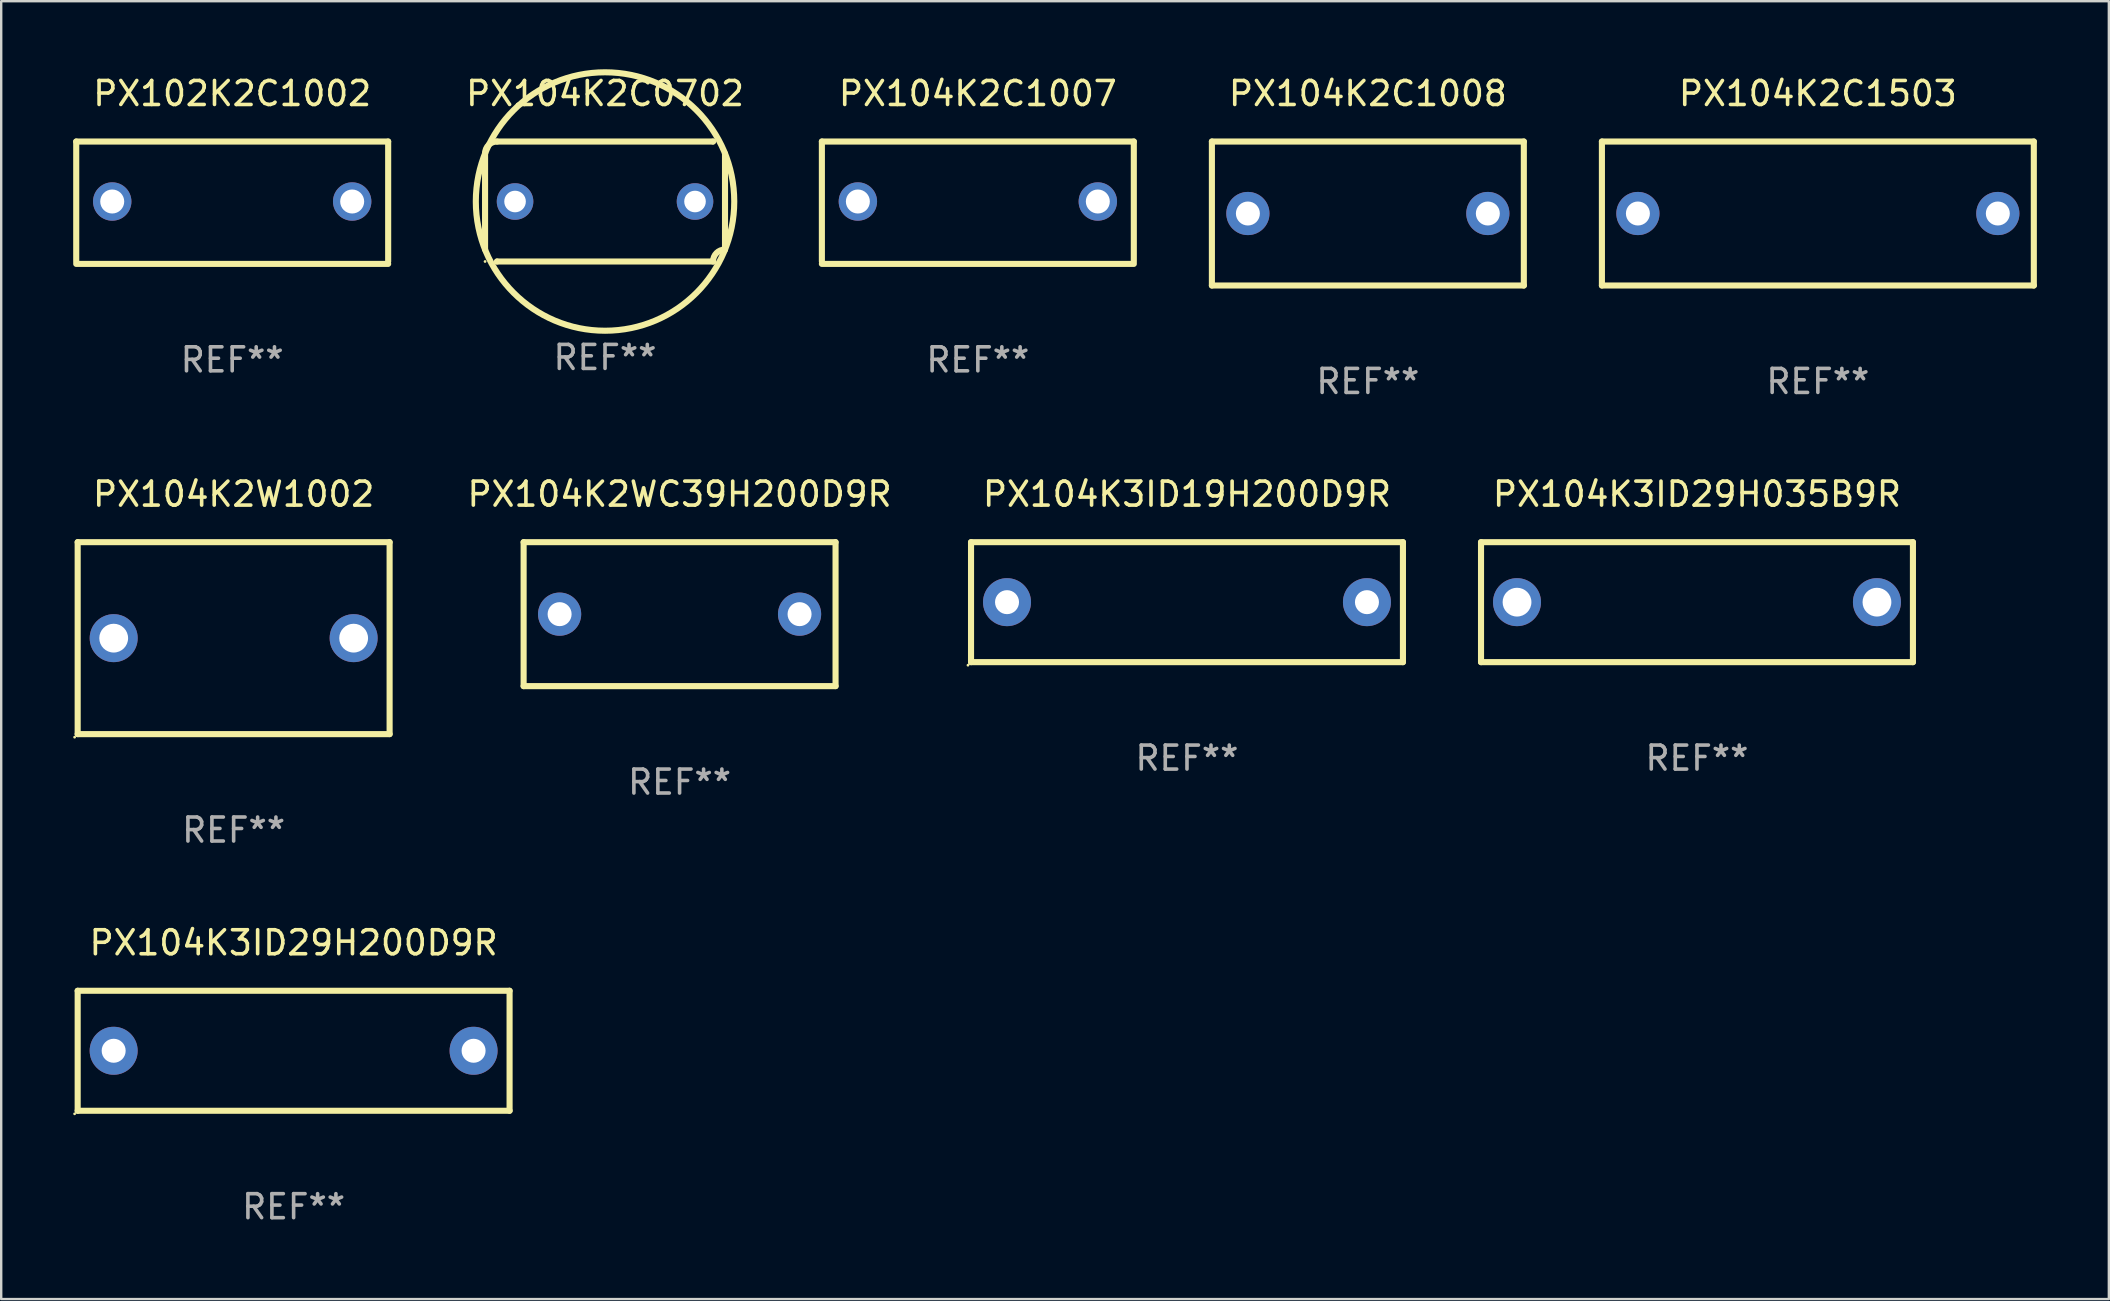
<source format=kicad_pcb>
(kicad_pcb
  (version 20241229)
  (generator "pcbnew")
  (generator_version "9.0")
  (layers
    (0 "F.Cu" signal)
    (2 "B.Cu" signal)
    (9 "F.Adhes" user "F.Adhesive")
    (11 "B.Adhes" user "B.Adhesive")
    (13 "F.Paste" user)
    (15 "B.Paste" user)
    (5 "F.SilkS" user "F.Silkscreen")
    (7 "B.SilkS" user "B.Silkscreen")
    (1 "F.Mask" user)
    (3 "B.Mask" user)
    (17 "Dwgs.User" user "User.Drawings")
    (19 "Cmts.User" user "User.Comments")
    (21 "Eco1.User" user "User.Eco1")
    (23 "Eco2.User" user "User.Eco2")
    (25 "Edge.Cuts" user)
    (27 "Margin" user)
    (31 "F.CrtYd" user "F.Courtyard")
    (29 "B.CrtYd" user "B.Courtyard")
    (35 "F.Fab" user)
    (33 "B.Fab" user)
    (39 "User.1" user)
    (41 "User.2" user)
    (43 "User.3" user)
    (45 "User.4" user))
  (footprint "PX104K3ID19H200D9R"
    (layer "F.Cu")
    (at 46.418 22.045)
    (property "Reference" "PX104K3ID19H200D9R" (at 0 -4.5 0) (layer "F.SilkS") (effects (font (size 1 1) (thickness 0.15))))
    (attr through_hole)
    (fp_line (start -9 -2.5) (end 9 -2.5) (stroke (width 0.254) (type solid)) (layer "F.SilkS"))
    (fp_line (start -9 2.5) (end -9 -2.5) (stroke (width 0.254) (type solid)) (layer "F.SilkS"))
    (fp_line (start 9 -2.5) (end 9 2.5) (stroke (width 0.254) (type solid)) (layer "F.SilkS"))
    (fp_line (start 9 2.5) (end -9 2.5) (stroke (width 0.254) (type solid)) (layer "F.SilkS"))
    (fp_circle (center -9.127 2.627) (end -9.097 2.627) (stroke (width 0.06) (type solid)) (fill no) (layer "F.SilkS"))
    (fp_text user "REF**" (at 0 6.5 0) (layer "F.Fab") (effects (font (size 1 1) (thickness 0.15))))
    (pad "1" thru_hole circle (at -7.5 0) (size 2 2) (drill 1) (layers "*.Cu" "*.Mask"))
    (pad "2" thru_hole circle (at 7.5 0) (size 2 2) (drill 1) (layers "*.Cu" "*.Mask")))
  (footprint "PX104K3ID29H035B9R"
    (layer "F.Cu")
    (at 67.672 22.045)
    (property "Reference" "PX104K3ID29H035B9R" (at 0 -4.5 0) (layer "F.SilkS") (effects (font (size 1 1) (thickness 0.15))))
    (attr through_hole)
    (fp_line (start -9 -2.5) (end 9 -2.5) (stroke (width 0.254) (type solid)) (layer "F.SilkS"))
    (fp_line (start -9 2.5) (end -9 -2.5) (stroke (width 0.254) (type solid)) (layer "F.SilkS"))
    (fp_line (start 9 -2.5) (end 9 2.5) (stroke (width 0.254) (type solid)) (layer "F.SilkS"))
    (fp_line (start 9 2.5) (end -9 2.5) (stroke (width 0.254) (type solid)) (layer "F.SilkS"))
    (fp_circle (center -9 2.5) (end -8.97 2.5) (stroke (width 0.06) (type solid)) (fill no) (layer "F.SilkS"))
    (fp_text user "REF**" (at 0 6.5 0) (layer "F.Fab") (effects (font (size 1 1) (thickness 0.15))))
    (pad "1" thru_hole circle (at -7.5 -0.000127) (size 2 2) (drill 1.2) (layers "*.Cu" "*.Mask"))
    (pad "2" thru_hole circle (at 7.5 -0.000127) (size 2 2) (drill 1.2) (layers "*.Cu" "*.Mask")))
  (footprint "PX104K3ID29H200D9R"
    (layer "F.Cu")
    (at 9.187 40.741)
    (property "Reference" "PX104K3ID29H200D9R" (at 0 -4.5 0) (layer "F.SilkS") (effects (font (size 1 1) (thickness 0.15))))
    (attr through_hole)
    (fp_line (start -9 -2.5) (end 9 -2.5) (stroke (width 0.254) (type solid)) (layer "F.SilkS"))
    (fp_line (start -9 2.5) (end -9 -2.5) (stroke (width 0.254) (type solid)) (layer "F.SilkS"))
    (fp_line (start 9 -2.5) (end 9 2.5) (stroke (width 0.254) (type solid)) (layer "F.SilkS"))
    (fp_line (start 9 2.5) (end -9 2.5) (stroke (width 0.254) (type solid)) (layer "F.SilkS"))
    (fp_circle (center -9.127 2.627) (end -9.097 2.627) (stroke (width 0.06) (type solid)) (fill no) (layer "F.SilkS"))
    (fp_text user "REF**" (at 0 6.5 0) (layer "F.Fab") (effects (font (size 1 1) (thickness 0.15))))
    (pad "1" thru_hole circle (at -7.5 0) (size 2 2) (drill 1) (layers "*.Cu" "*.Mask"))
    (pad "2" thru_hole circle (at 7.5 0) (size 2 2) (drill 1) (layers "*.Cu" "*.Mask")))
  (footprint "PX102K2C1002"
    (layer "F.Cu")
    (at 6.627 5.398)
    (property "Reference" "PX102K2C1002" (at 0 -4.55 0) (layer "F.SilkS") (effects (font (size 1 1) (thickness 0.15))))
    (attr through_hole)
    (fp_line (start -6.5 -2.55) (end 6.5 -2.55) (stroke (width 0.254) (type solid)) (layer "F.SilkS"))
    (fp_line (start -6.5 2.45) (end -6.5 -2.55) (stroke (width 0.254) (type solid)) (layer "F.SilkS"))
    (fp_line (start 6.5 -2.55) (end 6.5 2.45) (stroke (width 0.254) (type solid)) (layer "F.SilkS"))
    (fp_line (start 6.5 2.55) (end -6.5 2.55) (stroke (width 0.254) (type solid)) (layer "F.SilkS"))
    (fp_circle (center -6.5 2.45) (end -6.47 2.45) (stroke (width 0.06) (type solid)) (fill no) (layer "F.SilkS"))
    (fp_text user "REF**" (at 0 6.55 0) (layer "F.Fab") (effects (font (size 1 1) (thickness 0.15))))
    (pad "1" thru_hole circle (at -5 -0.05) (size 1.6 1.6) (drill 1) (layers "*.Cu" "*.Mask"))
    (pad "2" thru_hole circle (at 5 -0.05) (size 1.6 1.6) (drill 1) (layers "*.Cu" "*.Mask")))
  (footprint "PX104K2C1007"
    (layer "F.Cu")
    (at 37.702 5.398)
    (property "Reference" "PX104K2C1007" (at 0 -4.55 0) (layer "F.SilkS") (effects (font (size 1 1) (thickness 0.15))))
    (attr through_hole)
    (fp_line (start -6.5 -2.55) (end 6.5 -2.55) (stroke (width 0.254) (type solid)) (layer "F.SilkS"))
    (fp_line (start -6.5 2.45) (end -6.5 -2.55) (stroke (width 0.254) (type solid)) (layer "F.SilkS"))
    (fp_line (start 6.5 -2.55) (end 6.5 2.45) (stroke (width 0.254) (type solid)) (layer "F.SilkS"))
    (fp_line (start 6.5 2.55) (end -6.5 2.55) (stroke (width 0.254) (type solid)) (layer "F.SilkS"))
    (fp_circle (center -6.5 2.45) (end -6.47 2.45) (stroke (width 0.06) (type solid)) (fill no) (layer "F.SilkS"))
    (fp_text user "REF**" (at 0 6.55 0) (layer "F.Fab") (effects (font (size 1 1) (thickness 0.15))))
    (pad "1" thru_hole circle (at -5 -0.05) (size 1.6 1.6) (drill 1) (layers "*.Cu" "*.Mask"))
    (pad "2" thru_hole circle (at 5 -0.05) (size 1.6 1.6) (drill 1) (layers "*.Cu" "*.Mask")))
  (footprint "PX104K2C1503"
    (layer "F.Cu")
    (at 72.71 5.848)
    (property "Reference" "PX104K2C1503" (at 0 -5 0) (layer "F.SilkS") (effects (font (size 1 1) (thickness 0.15))))
    (attr through_hole)
    (fp_line (start -9 -3) (end 9 -3) (stroke (width 0.254) (type solid)) (layer "F.SilkS"))
    (fp_line (start -9 3) (end -9 -3) (stroke (width 0.254) (type solid)) (layer "F.SilkS"))
    (fp_line (start 9 -3) (end 9 3) (stroke (width 0.254) (type solid)) (layer "F.SilkS"))
    (fp_line (start 9 3) (end -9 3) (stroke (width 0.254) (type solid)) (layer "F.SilkS"))
    (fp_circle (center -9 3) (end -8.97 3) (stroke (width 0.06) (type solid)) (fill no) (layer "F.SilkS"))
    (fp_text user "REF**" (at 0 7 0) (layer "F.Fab") (effects (font (size 1 1) (thickness 0.15))))
    (pad "1" thru_hole circle (at -7.5 0) (size 1.8 1.8) (drill 1) (layers "*.Cu" "*.Mask"))
    (pad "2" thru_hole circle (at 7.5 0) (size 1.8 1.8) (drill 1) (layers "*.Cu" "*.Mask")))
  (footprint "PX104K2WC39H200D9R"
    (layer "F.Cu")
    (at 25.272 22.545)
    (property "Reference" "PX104K2WC39H200D9R" (at 0 -5 0) (layer "F.SilkS") (effects (font (size 1 1) (thickness 0.15))))
    (attr through_hole)
    (fp_line (start -6.5 -3) (end 6.5 -3) (stroke (width 0.254) (type solid)) (layer "F.SilkS"))
    (fp_line (start -6.5 3) (end -6.5 -3) (stroke (width 0.254) (type solid)) (layer "F.SilkS"))
    (fp_line (start 6.5 -3) (end 6.5 3) (stroke (width 0.254) (type solid)) (layer "F.SilkS"))
    (fp_line (start 6.5 3) (end -6.5 3) (stroke (width 0.254) (type solid)) (layer "F.SilkS"))
    (fp_circle (center -6.5 3) (end -6.47 3) (stroke (width 0.06) (type solid)) (fill no) (layer "F.SilkS"))
    (fp_text user "REF**" (at 0 7 0) (layer "F.Fab") (effects (font (size 1 1) (thickness 0.15))))
    (pad "1" thru_hole circle (at -5 0) (size 1.8 1.8) (drill 1) (layers "*.Cu" "*.Mask"))
    (pad "2" thru_hole circle (at 5 0) (size 1.8 1.8) (drill 1) (layers "*.Cu" "*.Mask")))
  (footprint "PX104K2W1002"
    (layer "F.Cu")
    (at 6.687 23.545)
    (property "Reference" "PX104K2W1002" (at 0 -6 0) (layer "F.SilkS") (effects (font (size 1 1) (thickness 0.15))))
    (attr through_hole)
    (fp_line (start -6.5 -4) (end -6.5 4) (stroke (width 0.254) (type solid)) (layer "F.SilkS"))
    (fp_line (start -6.5 -4) (end 6.5 -4) (stroke (width 0.254) (type solid)) (layer "F.SilkS"))
    (fp_line (start 6.5 4) (end -6.5 4) (stroke (width 0.254) (type solid)) (layer "F.SilkS"))
    (fp_line (start 6.5 4) (end 6.5 -4) (stroke (width 0.254) (type solid)) (layer "F.SilkS"))
    (fp_circle (center -6.627 4.127) (end -6.597 4.127) (stroke (width 0.06) (type solid)) (fill no) (layer "F.SilkS"))
    (fp_text user "REF**" (at 0 8 0) (layer "F.Fab") (effects (font (size 1 1) (thickness 0.15))))
    (pad "1" thru_hole circle (at -4.999 0) (size 2 2) (drill 1.2) (layers "*.Cu" "*.Mask"))
    (pad "2" thru_hole circle (at 5.001 0) (size 2 2) (drill 1.2) (layers "*.Cu" "*.Mask")))
  (footprint "PX104K2C0702"
    (layer "F.Cu")
    (at 22.165 5.348)
    (property "Reference" "PX104K2C0702" (at 0 -4.5 0) (layer "F.SilkS") (effects (font (size 1 1) (thickness 0.15))))
    (attr through_hole)
    (fp_line (start -5 2) (end -5 -2) (stroke (width 0.254) (type solid)) (layer "F.SilkS"))
    (fp_line (start -4.5 -2.5) (end 4.5 -2.5) (stroke (width 0.254) (type solid)) (layer "F.SilkS"))
    (fp_line (start -4.5 2.5) (end -4.5 2.5) (stroke (width 0.254) (type solid)) (layer "F.SilkS"))
    (fp_line (start 4.5 -2.5) (end 4.5 -2.5) (stroke (width 0.254) (type solid)) (layer "F.SilkS"))
    (fp_line (start 4.5 2.5) (end -4.5 2.5) (stroke (width 0.254) (type solid)) (layer "F.SilkS"))
    (fp_line (start 5 -2) (end 5 2) (stroke (width 0.254) (type solid)) (layer "F.SilkS"))
    (fp_arc (start -5.000052 -2.000038) (mid -4.8536 -2.353579) (end -4.500051 -2.500013) (stroke (width 0.254001) (type solid)) (layer "F.SilkS"))
    (fp_arc (start -5 2.000013) (mid 4.999978 -1.999991) (end -5 2.000013) (stroke (width 0.254001) (type solid)) (layer "F.SilkS"))
    (fp_arc (start 4.500051 2.499987) (mid 4.646507 2.14645) (end 5.000052 2.000013) (stroke (width 0.254001) (type solid)) (layer "F.SilkS"))
    (fp_circle (center -5 2.5) (end -4.97 2.5) (stroke (width 0.06) (type solid)) (fill no) (layer "F.SilkS"))
    (fp_text user "REF**" (at 0 6.5 0) (layer "F.Fab") (effects (font (size 1 1) (thickness 0.15))))
    (pad "1" thru_hole circle (at -3.75 -0.000013) (size 1.524 1.524) (drill 0.9) (layers "*.Cu" "*.Mask"))
    (pad "2" thru_hole circle (at 3.75 -0.000013) (size 1.524 1.524) (drill 0.9) (layers "*.Cu" "*.Mask")))
  (footprint "PX104K2C1008"
    (layer "F.Cu")
    (at 53.956 5.848)
    (property "Reference" "PX104K2C1008" (at 0 -5 0) (layer "F.SilkS") (effects (font (size 1 1) (thickness 0.15))))
    (attr through_hole)
    (fp_line (start -6.5 -3) (end 6.5 -3) (stroke (width 0.254) (type solid)) (layer "F.SilkS"))
    (fp_line (start -6.5 3) (end -6.5 -3) (stroke (width 0.254) (type solid)) (layer "F.SilkS"))
    (fp_line (start 6.5 -3) (end 6.5 3) (stroke (width 0.254) (type solid)) (layer "F.SilkS"))
    (fp_line (start 6.5 3) (end -6.5 3) (stroke (width 0.254) (type solid)) (layer "F.SilkS"))
    (fp_circle (center -6.5 3) (end -6.47 3) (stroke (width 0.06) (type solid)) (fill no) (layer "F.SilkS"))
    (fp_text user "REF**" (at 0 7 0) (layer "F.Fab") (effects (font (size 1 1) (thickness 0.15))))
    (pad "1" thru_hole circle (at -5 0) (size 1.8 1.8) (drill 1) (layers "*.Cu" "*.Mask"))
    (pad "2" thru_hole circle (at 5 0) (size 1.8 1.8) (drill 1) (layers "*.Cu" "*.Mask")))
  (gr_rect
    (start -3 -3)
    (end 84.837 51.09)
    (stroke (width 0.1) (type default))
    (fill no)
    (layer "Edge.Cuts")))
</source>
